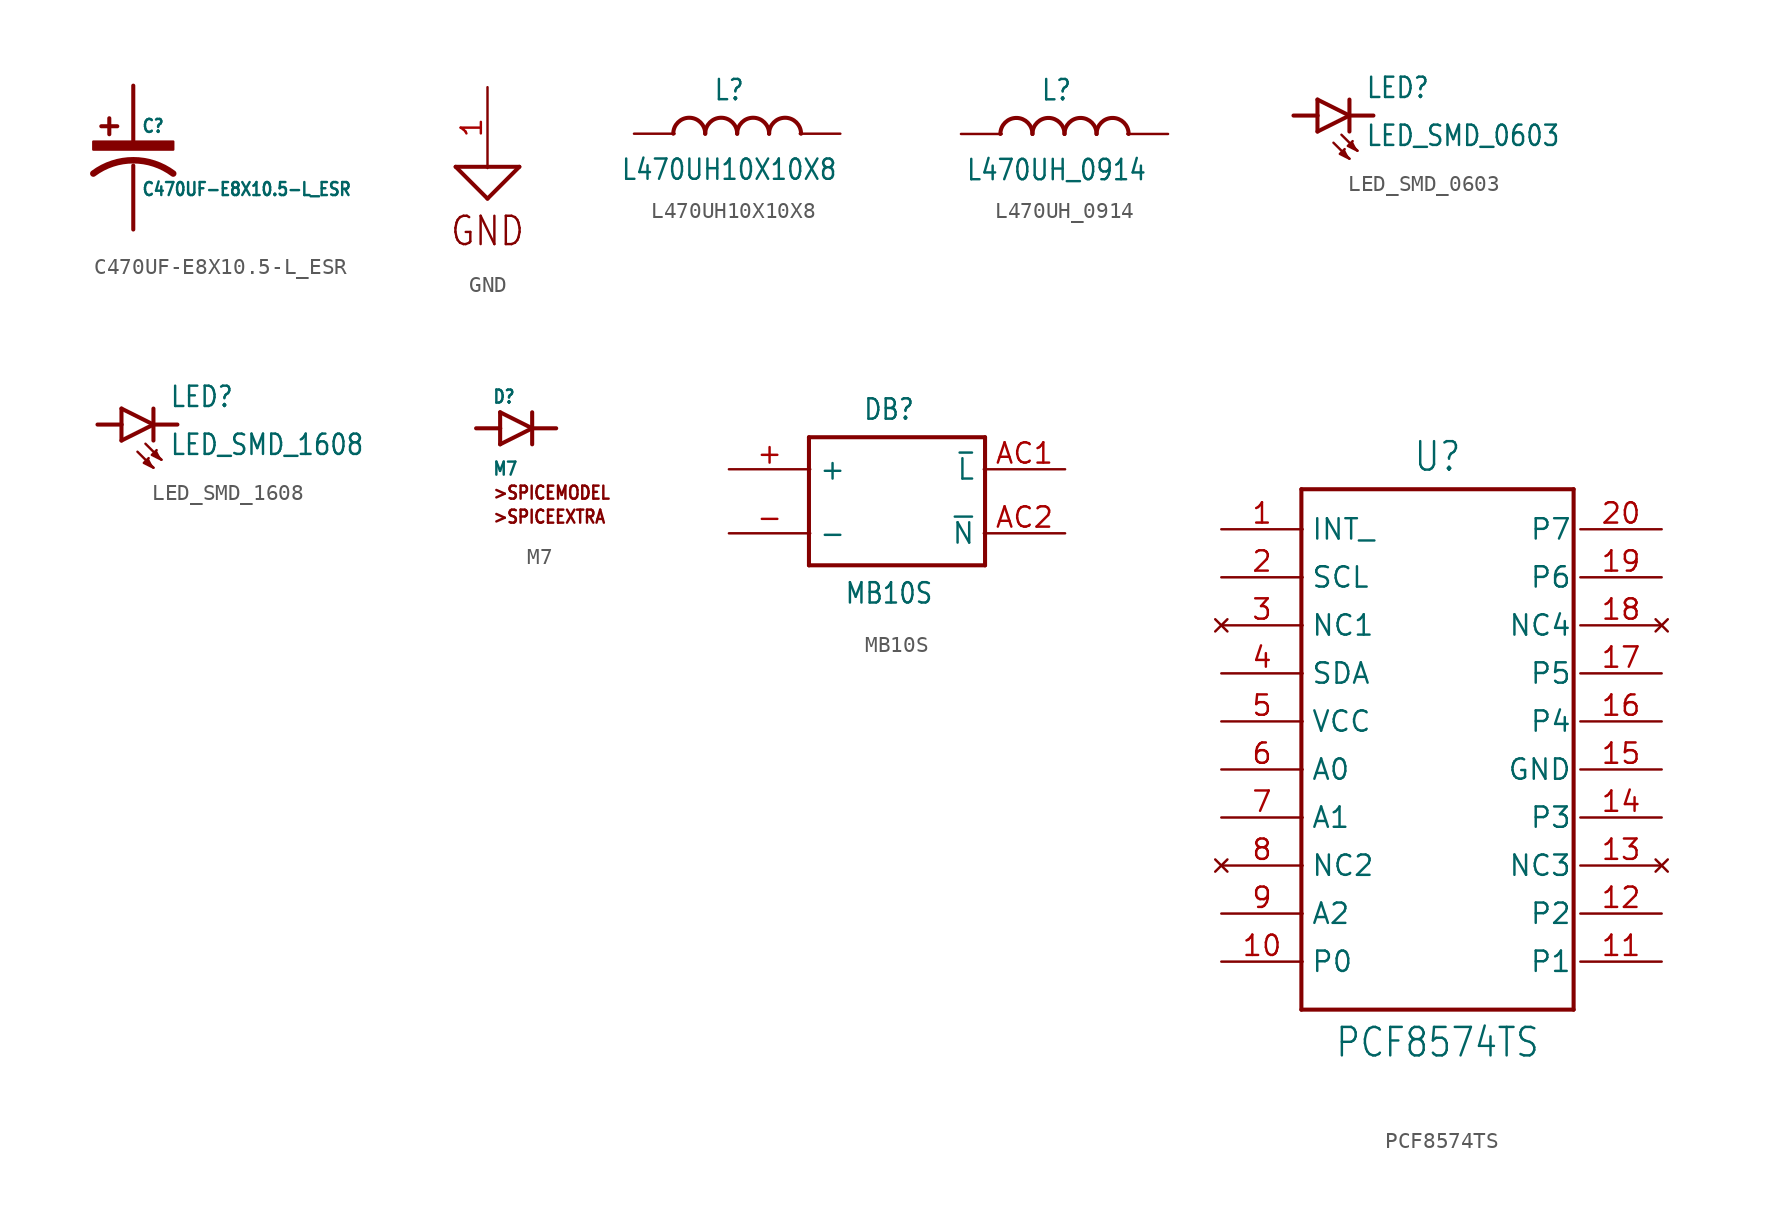
<source format=kicad_sym>
(kicad_symbol_lib
  (version 20211014)
  (generator kicad_symbol_editor)
  (symbol "C470UF-E8X10.5-L_ESR"
    (property "Reference" "C"
      (at 0.5 1.5 0)
      (effects (font (size 0.813 0.691)) (justify left bottom)))
    (property "Value" "C470UF-E8X10.5-L_ESR"
      (at 0.5 -1.5 0)
      (effects (font (size 0.813 0.691)) (justify left top)))
    (property "ki_locked" ""
      (at 0 0 0)
      (effects (font (size 1.27 1.27))))
    (symbol "C470UF-E8X10.5-L_ESR_1_0"
      (rectangle (start -2.5 0.5) (end 2.5 1) (stroke (width 0) (type default) (color 0 0 0 0)) (fill (type outline)))
      (polyline (pts (xy -2 1.96) (xy -1 1.96)) (stroke (width 0.254) (type default) (color 0 0 0 0)) (fill (type none)))
      (polyline (pts (xy -1.5 2.46) (xy -1.5 1.46)) (stroke (width 0.254) (type default) (color 0 0 0 0)) (fill (type none)))
      (polyline (pts (xy 0 -0.5) (xy 0 -4.5)) (stroke (width 0.254) (type default) (color 0 0 0 0)) (fill (type none)))
      (polyline (pts (xy 0 1) (xy 0 4.5)) (stroke (width 0.254) (type default) (color 0 0 0 0)) (fill (type none)))
      (arc (start 2.5 -1) (mid 0 -0.1683) (end -2.5 -1) (stroke (width 0.4064) (type default) (color 0 0 0 0)) (fill (type none)))
      (pin passive line (at 0 4.5 270) (length 0) (name "+" (effects (font (size 0 0)))) (number "1" (effects (font (size 0 0)))))
      (pin bidirectional line (at 0 -4.5 90) (length 0) (name "-" (effects (font (size 0 0)))) (number "2" (effects (font (size 0 0)))))))
  (symbol "GND"
    (power)
    (property "Reference" "#GND"
      (at 0 0 0)
      (effects (font (size 1.27 1.27)) hide))
    (property "ki_locked" ""
      (at 0 0 0)
      (effects (font (size 1.27 1.27))))
    (symbol "GND_1_0"
      (polyline (pts (xy -2 0) (xy 0 -2)) (stroke (width 0.254) (type default) (color 0 0 0 0)) (fill (type none)))
      (polyline (pts (xy -2 0) (xy 2 0)) (stroke (width 0.254) (type default) (color 0 0 0 0)) (fill (type none)))
      (polyline (pts (xy 0 -2) (xy 2 0)) (stroke (width 0.254) (type default) (color 0 0 0 0)) (fill (type none)))
      (text "GND" (at 0 -3 0) (effects (font (size 1.778 1.511)) (justify top)))
      (pin power_in line (at 0 5 270) (length 5.08) (name "GND" (effects (font (size 0 0)))) (number "1" (effects (font (size 1.27 1.27)))))))
  (symbol "L470UH10X10X8"
    (property "Reference" "L"
      (at -0.5 2 0)
      (effects (font (size 1.27 1.079)) (justify bottom)))
    (property "Value" "L470UH10X10X8"
      (at -0.5 -1.5 0)
      (effects (font (size 1.27 1.079)) (justify top)))
    (property "ki_locked" ""
      (at 0 0 0)
      (effects (font (size 1.27 1.27))))
    (symbol "L470UH10X10X8_1_0"
      (arc (start -2 0) (mid -3 1) (end -4 0) (stroke (width 0.254) (type default) (color 0 0 0 0)) (fill (type none)))
      (arc (start 0 0) (mid -1 1) (end -2 0) (stroke (width 0.254) (type default) (color 0 0 0 0)) (fill (type none)))
      (arc (start 2 0) (mid 1 1) (end 0 0) (stroke (width 0.254) (type default) (color 0 0 0 0)) (fill (type none)))
      (arc (start 4 0) (mid 3 1) (end 2 0) (stroke (width 0.254) (type default) (color 0 0 0 0)) (fill (type none)))
      (pin bidirectional line (at -6.46 0 0) (length 2.54) (name "P$1" (effects (font (size 0 0)))) (number "1" (effects (font (size 0 0)))))
      (pin bidirectional line (at 6.46 0 180) (length 2.54) (name "P$2" (effects (font (size 0 0)))) (number "2" (effects (font (size 0 0)))))))
  (symbol "L470UH_0914"
    (property "Reference" "L"
      (at -0.5 2 0)
      (effects (font (size 1.27 1.079)) (justify bottom)))
    (property "Value" "L470UH_0914"
      (at -0.5 -1.5 0)
      (effects (font (size 1.27 1.079)) (justify top)))
    (property "ki_locked" ""
      (at 0 0 0)
      (effects (font (size 1.27 1.27))))
    (symbol "L470UH_0914_1_0"
      (arc (start -2 0) (mid -3 1) (end -4 0) (stroke (width 0.254) (type default) (color 0 0 0 0)) (fill (type none)))
      (arc (start 0 0) (mid -1 1) (end -2 0) (stroke (width 0.254) (type default) (color 0 0 0 0)) (fill (type none)))
      (arc (start 2 0) (mid 1 1) (end 0 0) (stroke (width 0.254) (type default) (color 0 0 0 0)) (fill (type none)))
      (arc (start 4 0) (mid 3 1) (end 2 0) (stroke (width 0.254) (type default) (color 0 0 0 0)) (fill (type none)))
      (pin bidirectional line (at -6.46 0 0) (length 2.54) (name "P$1" (effects (font (size 0 0)))) (number "1" (effects (font (size 0 0)))))
      (pin bidirectional line (at 6.46 0 180) (length 2.54) (name "P$2" (effects (font (size 0 0)))) (number "2" (effects (font (size 0 0)))))))
  (symbol "LED_SMD_0603"
    (property "Reference" "LED"
      (at 2 1 0)
      (effects (font (size 1.27 1.079)) (justify left bottom)))
    (property "Value" "LED_SMD_0603"
      (at 2 -2 0)
      (effects (font (size 1.27 1.079)) (justify left bottom)))
    (property "ki_locked" ""
      (at 0 0 0)
      (effects (font (size 1.27 1.27))))
    (symbol "LED_SMD_0603_1_0"
      (polyline (pts (xy -1 -1) (xy 1 0)) (stroke (width 0.254) (type default) (color 0 0 0 0)) (fill (type none)))
      (polyline (pts (xy -1 0) (xy -2.5 0)) (stroke (width 0.254) (type default) (color 0 0 0 0)) (fill (type none)))
      (polyline (pts (xy -1 0) (xy -1 -1)) (stroke (width 0.254) (type default) (color 0 0 0 0)) (fill (type none)))
      (polyline (pts (xy -1 1) (xy -1 0)) (stroke (width 0.254) (type default) (color 0 0 0 0)) (fill (type none)))
      (polyline (pts (xy 1 -2.7) (xy 0 -1.7)) (stroke (width 0.152) (type default) (color 0 0 0 0)) (fill (type none)))
      (polyline (pts (xy 1 0) (xy -1 1)) (stroke (width 0.254) (type default) (color 0 0 0 0)) (fill (type none)))
      (polyline (pts (xy 1 0) (xy 1 -1)) (stroke (width 0.254) (type default) (color 0 0 0 0)) (fill (type none)))
      (polyline (pts (xy 1 1) (xy 1 0)) (stroke (width 0.254) (type default) (color 0 0 0 0)) (fill (type none)))
      (polyline (pts (xy 1.5 -2.2) (xy 0.5 -1.2)) (stroke (width 0.152) (type default) (color 0 0 0 0)) (fill (type none)))
      (polyline (pts (xy 2.5 0) (xy 1 0)) (stroke (width 0.254) (type default) (color 0 0 0 0)) (fill (type none)))
      (polyline (pts (xy 1 -2.7) (xy 0.4 -2.4) (xy 0.7 -2.1)) (stroke (width 0) (type default) (color 0 0 0 0)) (fill (type outline)))
      (polyline (pts (xy 1.5 -2.2) (xy 0.9 -1.9) (xy 1.2 -1.6)) (stroke (width 0) (type default) (color 0 0 0 0)) (fill (type outline)))
      (pin passive line (at -2.5 0 0) (length 0) (name "A" (effects (font (size 0 0)))) (number "A" (effects (font (size 0 0)))))
      (pin passive line (at 2.5 0 180) (length 0) (name "C" (effects (font (size 0 0)))) (number "C" (effects (font (size 0 0)))))))
  (symbol "LED_SMD_1608"
    (property "Reference" "LED"
      (at 2 1 0)
      (effects (font (size 1.27 1.079)) (justify left bottom)))
    (property "Value" "LED_SMD_1608"
      (at 2 -2 0)
      (effects (font (size 1.27 1.079)) (justify left bottom)))
    (property "ki_locked" ""
      (at 0 0 0)
      (effects (font (size 1.27 1.27))))
    (symbol "LED_SMD_1608_1_0"
      (polyline (pts (xy -1 -1) (xy 1 0)) (stroke (width 0.254) (type default) (color 0 0 0 0)) (fill (type none)))
      (polyline (pts (xy -1 0) (xy -2.5 0)) (stroke (width 0.254) (type default) (color 0 0 0 0)) (fill (type none)))
      (polyline (pts (xy -1 0) (xy -1 -1)) (stroke (width 0.254) (type default) (color 0 0 0 0)) (fill (type none)))
      (polyline (pts (xy -1 1) (xy -1 0)) (stroke (width 0.254) (type default) (color 0 0 0 0)) (fill (type none)))
      (polyline (pts (xy 1 -2.7) (xy 0 -1.7)) (stroke (width 0.152) (type default) (color 0 0 0 0)) (fill (type none)))
      (polyline (pts (xy 1 0) (xy -1 1)) (stroke (width 0.254) (type default) (color 0 0 0 0)) (fill (type none)))
      (polyline (pts (xy 1 0) (xy 1 -1)) (stroke (width 0.254) (type default) (color 0 0 0 0)) (fill (type none)))
      (polyline (pts (xy 1 1) (xy 1 0)) (stroke (width 0.254) (type default) (color 0 0 0 0)) (fill (type none)))
      (polyline (pts (xy 1.5 -2.2) (xy 0.5 -1.2)) (stroke (width 0.152) (type default) (color 0 0 0 0)) (fill (type none)))
      (polyline (pts (xy 2.5 0) (xy 1 0)) (stroke (width 0.254) (type default) (color 0 0 0 0)) (fill (type none)))
      (polyline (pts (xy 1 -2.7) (xy 0.4 -2.4) (xy 0.7 -2.1)) (stroke (width 0) (type default) (color 0 0 0 0)) (fill (type outline)))
      (polyline (pts (xy 1.5 -2.2) (xy 0.9 -1.9) (xy 1.2 -1.6)) (stroke (width 0) (type default) (color 0 0 0 0)) (fill (type outline)))
      (pin passive line (at -2.5 0 0) (length 0) (name "A" (effects (font (size 0 0)))) (number "A" (effects (font (size 0 0)))))
      (pin passive line (at 2.5 0 180) (length 0) (name "C" (effects (font (size 0 0)))) (number "C" (effects (font (size 0 0)))))))
  (symbol "M7"
    (property "Reference" "D"
      (at -1.5 1.5 0)
      (effects (font (size 0.813 0.691)) (justify left bottom)))
    (property "Value" "M7"
      (at -1.5 -3 0)
      (effects (font (size 0.813 0.691)) (justify left bottom)))
    (property "ki_locked" ""
      (at 0 0 0)
      (effects (font (size 1.27 1.27))))
    (symbol "M7_1_0"
      (polyline (pts (xy -1 0) (xy -2.5 0)) (stroke (width 0.254) (type default) (color 0 0 0 0)) (fill (type none)))
      (polyline (pts (xy -1 0) (xy -1 -1)) (stroke (width 0.254) (type default) (color 0 0 0 0)) (fill (type none)))
      (polyline (pts (xy -1 1) (xy -1 0)) (stroke (width 0.254) (type default) (color 0 0 0 0)) (fill (type none)))
      (polyline (pts (xy 1 0) (xy -1 -1)) (stroke (width 0.254) (type default) (color 0 0 0 0)) (fill (type none)))
      (polyline (pts (xy 1 0) (xy -1 1)) (stroke (width 0.254) (type default) (color 0 0 0 0)) (fill (type none)))
      (polyline (pts (xy 1 0) (xy 1 -1)) (stroke (width 0.254) (type default) (color 0 0 0 0)) (fill (type none)))
      (polyline (pts (xy 1 1) (xy 1 0)) (stroke (width 0.254) (type default) (color 0 0 0 0)) (fill (type none)))
      (polyline (pts (xy 2.5 0) (xy 1 0)) (stroke (width 0.254) (type default) (color 0 0 0 0)) (fill (type none)))
      (text ">SPICEEXTRA" (at -1.5 -6 0) (effects (font (size 0.813 0.691)) (justify left bottom)))
      (text ">SPICEMODEL" (at -1.5 -4.5 0) (effects (font (size 0.813 0.691)) (justify left bottom)))
      (pin bidirectional line (at -2.5 0 90) (length 0) (name "A" (effects (font (size 0 0)))) (number "A" (effects (font (size 0 0)))))
      (pin bidirectional line (at 2.5 0 90) (length 0) (name "C" (effects (font (size 0 0)))) (number "C" (effects (font (size 0 0)))))))
  (symbol "MB10S"
    (property "Reference" "DB"
      (at 0 5 0)
      (effects (font (size 1.27 1.079)) (justify bottom)))
    (property "Value" "MB10S"
      (at 0 -5 0)
      (effects (font (size 1.27 1.079)) (justify top)))
    (property "ki_locked" ""
      (at 0 0 0)
      (effects (font (size 1.27 1.27))))
    (symbol "MB10S_1_0"
      (polyline (pts (xy -5 -4) (xy 6 -4)) (stroke (width 0.254) (type default) (color 0 0 0 0)) (fill (type none)))
      (polyline (pts (xy -5 4) (xy -5 -4)) (stroke (width 0.254) (type default) (color 0 0 0 0)) (fill (type none)))
      (polyline (pts (xy 6 -4) (xy 6 4)) (stroke (width 0.254) (type default) (color 0 0 0 0)) (fill (type none)))
      (polyline (pts (xy 6 4) (xy -5 4)) (stroke (width 0.254) (type default) (color 0 0 0 0)) (fill (type none)))
      (pin bidirectional line (at -10 2 0) (length 5.08) (name "+" (effects (font (size 1.27 1.27)))) (number "+" (effects (font (size 1.27 1.27)))))
      (pin bidirectional line (at -10 -2 0) (length 5.08) (name "-" (effects (font (size 1.27 1.27)))) (number "-" (effects (font (size 1.27 1.27)))))
      (pin bidirectional line (at 11 2 180) (length 5.08) (name "~{L}" (effects (font (size 1.27 1.27)))) (number "AC1" (effects (font (size 1.27 1.27)))))
      (pin bidirectional line (at 11 -2 180) (length 5.08) (name "~{N}" (effects (font (size 1.27 1.27)))) (number "AC2" (effects (font (size 1.27 1.27)))))))
  (symbol "PCF8574TS"
    (property "Reference" "U"
      (at 0 17 0)
      (effects (font (size 1.778 1.511)) (justify bottom)))
    (property "Value" "PCF8574TS"
      (at 0 -17.5 0)
      (effects (font (size 1.778 1.511)) (justify top)))
    (property "ki_locked" ""
      (at 0 0 0)
      (effects (font (size 1.27 1.27))))
    (symbol "PCF8574TS_1_0"
      (polyline (pts (xy -8.5 -16.5) (xy 8.5 -16.5)) (stroke (width 0.254) (type default) (color 0 0 0 0)) (fill (type none)))
      (polyline (pts (xy -8.5 16) (xy -8.5 -16.5)) (stroke (width 0.254) (type default) (color 0 0 0 0)) (fill (type none)))
      (polyline (pts (xy 8.5 -16.5) (xy 8.5 16)) (stroke (width 0.254) (type default) (color 0 0 0 0)) (fill (type none)))
      (polyline (pts (xy 8.5 16) (xy -8.5 16)) (stroke (width 0.254) (type default) (color 0 0 0 0)) (fill (type none)))
      (pin bidirectional line (at -13.5 13.5 0) (length 5.08) (name "INT_" (effects (font (size 1.27 1.27)))) (number "1" (effects (font (size 1.27 1.27)))))
      (pin bidirectional line (at -13.5 -13.5 0) (length 5.08) (name "P0" (effects (font (size 1.27 1.27)))) (number "10" (effects (font (size 1.27 1.27)))))
      (pin bidirectional line (at 14 -13.5 180) (length 5.08) (name "P1" (effects (font (size 1.27 1.27)))) (number "11" (effects (font (size 1.27 1.27)))))
      (pin bidirectional line (at 14 -10.5 180) (length 5.08) (name "P2" (effects (font (size 1.27 1.27)))) (number "12" (effects (font (size 1.27 1.27)))))
      (pin no_connect line (at 14 -7.5 180) (length 5.08) (name "NC3" (effects (font (size 1.27 1.27)))) (number "13" (effects (font (size 1.27 1.27)))))
      (pin bidirectional line (at 14 -4.5 180) (length 5.08) (name "P3" (effects (font (size 1.27 1.27)))) (number "14" (effects (font (size 1.27 1.27)))))
      (pin bidirectional line (at 14 -1.5 180) (length 5.08) (name "GND" (effects (font (size 1.27 1.27)))) (number "15" (effects (font (size 1.27 1.27)))))
      (pin bidirectional line (at 14 1.5 180) (length 5.08) (name "P4" (effects (font (size 1.27 1.27)))) (number "16" (effects (font (size 1.27 1.27)))))
      (pin bidirectional line (at 14 4.5 180) (length 5.08) (name "P5" (effects (font (size 1.27 1.27)))) (number "17" (effects (font (size 1.27 1.27)))))
      (pin no_connect line (at 14 7.5 180) (length 5.08) (name "NC4" (effects (font (size 1.27 1.27)))) (number "18" (effects (font (size 1.27 1.27)))))
      (pin bidirectional line (at 14 10.5 180) (length 5.08) (name "P6" (effects (font (size 1.27 1.27)))) (number "19" (effects (font (size 1.27 1.27)))))
      (pin bidirectional line (at -13.5 10.5 0) (length 5.08) (name "SCL" (effects (font (size 1.27 1.27)))) (number "2" (effects (font (size 1.27 1.27)))))
      (pin bidirectional line (at 14 13.5 180) (length 5.08) (name "P7" (effects (font (size 1.27 1.27)))) (number "20" (effects (font (size 1.27 1.27)))))
      (pin no_connect line (at -13.5 7.5 0) (length 5.08) (name "NC1" (effects (font (size 1.27 1.27)))) (number "3" (effects (font (size 1.27 1.27)))))
      (pin bidirectional line (at -13.5 4.5 0) (length 5.08) (name "SDA" (effects (font (size 1.27 1.27)))) (number "4" (effects (font (size 1.27 1.27)))))
      (pin bidirectional line (at -13.5 1.5 0) (length 5.08) (name "VCC" (effects (font (size 1.27 1.27)))) (number "5" (effects (font (size 1.27 1.27)))))
      (pin bidirectional line (at -13.5 -1.5 0) (length 5.08) (name "A0" (effects (font (size 1.27 1.27)))) (number "6" (effects (font (size 1.27 1.27)))))
      (pin bidirectional line (at -13.5 -4.5 0) (length 5.08) (name "A1" (effects (font (size 1.27 1.27)))) (number "7" (effects (font (size 1.27 1.27)))))
      (pin no_connect line (at -13.5 -7.5 0) (length 5.08) (name "NC2" (effects (font (size 1.27 1.27)))) (number "8" (effects (font (size 1.27 1.27)))))
      (pin bidirectional line (at -13.5 -10.5 0) (length 5.08) (name "A2" (effects (font (size 1.27 1.27)))) (number "9" (effects (font (size 1.27 1.27))))))))
</source>
